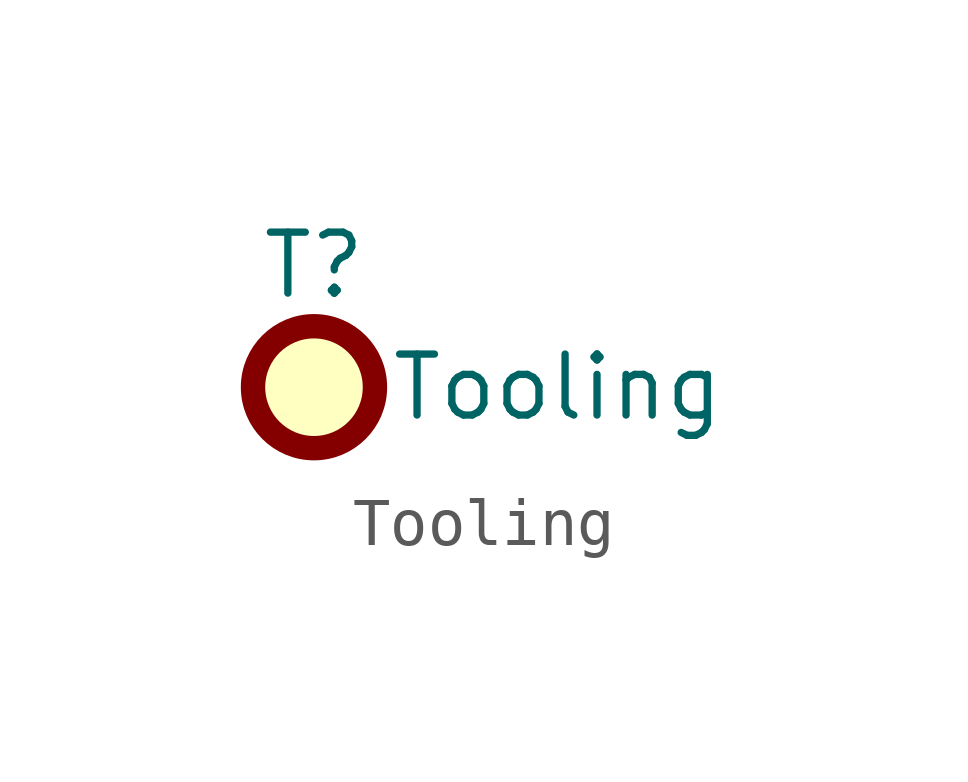
<source format=kicad_sym>
(kicad_symbol_lib
  (version 20231120)
  (generator "kicad_symbol_editor")
  (generator_version "8.0")
  (symbol "Tooling"
    (property "Reference" "T"
      (at 0 2.54 0)
      (effects (font (size 1.27 1.27))))
    (property "Value" "Tooling"
      (at 5.08 0 0)
      (effects (font (size 1.27 1.27))))
    (symbol "Tooling_0_1"
      (circle (center 0 0) (radius 1.27) (stroke (width 0.508) (type default)) (fill (type background))))))
</source>
